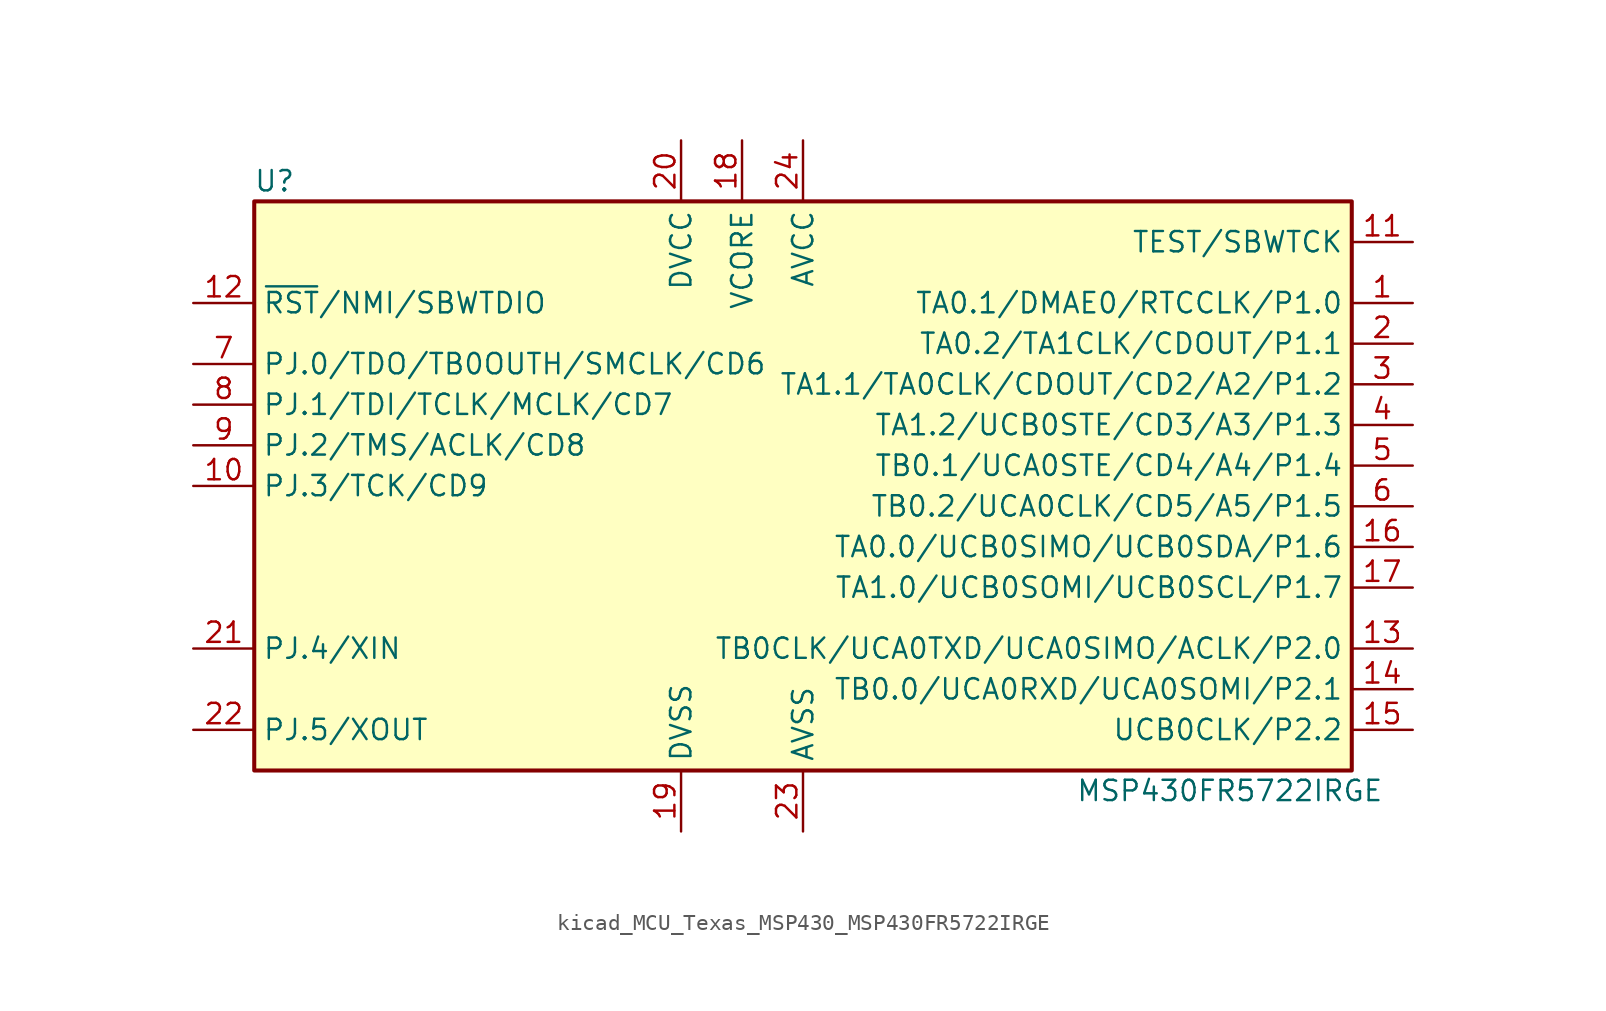
<source format=kicad_sym>
(kicad_symbol_lib
  (version 20220914)
  (generator kicad_symbol_editor)
  (symbol "kicad_MCU_Texas_MSP430_MSP430FR5722IRGE"
    (property "Reference" "U"
      (at -33.02 19.05 0)
      (effects (font (size 1.27 1.27))))
    (property "Value" "MSP430FR5722IRGE"
      (at 26.67 -19.05 0)
      (effects (font (size 1.27 1.27))))
    (symbol "kicad_MCU_Texas_MSP430_MSP430FR5722IRGE_0_1"
      (rectangle (start -34.29 17.78) (end 34.29 -17.78) (stroke (width 0.254) (type default)) (fill (type background))))
    (symbol "kicad_MCU_Texas_MSP430_MSP430FR5722IRGE_1_1"
      (pin bidirectional line (at 38.1 11.43 180) (length 3.81) (name "TA0.1/DMAE0/RTCCLK/P1.0" (effects (font (size 1.27 1.27)))) (number "1" (effects (font (size 1.27 1.27)))))
      (pin bidirectional line (at -38.1 0 0) (length 3.81) (name "PJ.3/TCK/CD9" (effects (font (size 1.27 1.27)))) (number "10" (effects (font (size 1.27 1.27)))))
      (pin input line (at 38.1 15.24 180) (length 3.81) (name "TEST/SBWTCK" (effects (font (size 1.27 1.27)))) (number "11" (effects (font (size 1.27 1.27)))))
      (pin input line (at -38.1 11.43 0) (length 3.81) (name "~{RST}/NMI/SBWTDIO" (effects (font (size 1.27 1.27)))) (number "12" (effects (font (size 1.27 1.27)))))
      (pin input line (at 38.1 -10.16 180) (length 3.81) (name "TB0CLK/UCA0TXD/UCA0SIMO/ACLK/P2.0" (effects (font (size 1.27 1.27)))) (number "13" (effects (font (size 1.27 1.27)))))
      (pin input line (at 38.1 -12.7 180) (length 3.81) (name "TB0.0/UCA0RXD/UCA0SOMI/P2.1" (effects (font (size 1.27 1.27)))) (number "14" (effects (font (size 1.27 1.27)))))
      (pin input line (at 38.1 -15.24 180) (length 3.81) (name "UCB0CLK/P2.2" (effects (font (size 1.27 1.27)))) (number "15" (effects (font (size 1.27 1.27)))))
      (pin input line (at 38.1 -3.81 180) (length 3.81) (name "TA0.0/UCB0SIMO/UCB0SDA/P1.6" (effects (font (size 1.27 1.27)))) (number "16" (effects (font (size 1.27 1.27)))))
      (pin input line (at 38.1 -6.35 180) (length 3.81) (name "TA1.0/UCB0SOMI/UCB0SCL/P1.7" (effects (font (size 1.27 1.27)))) (number "17" (effects (font (size 1.27 1.27)))))
      (pin input line (at -3.81 21.59 270) (length 3.81) (name "VCORE" (effects (font (size 1.27 1.27)))) (number "18" (effects (font (size 1.27 1.27)))))
      (pin power_in line (at -7.62 -21.59 90) (length 3.81) (name "DVSS" (effects (font (size 1.27 1.27)))) (number "19" (effects (font (size 1.27 1.27)))))
      (pin bidirectional line (at 38.1 8.89 180) (length 3.81) (name "TA0.2/TA1CLK/CDOUT/P1.1" (effects (font (size 1.27 1.27)))) (number "2" (effects (font (size 1.27 1.27)))))
      (pin power_in line (at -7.62 21.59 270) (length 3.81) (name "DVCC" (effects (font (size 1.27 1.27)))) (number "20" (effects (font (size 1.27 1.27)))))
      (pin input line (at -38.1 -10.16 0) (length 3.81) (name "PJ.4/XIN" (effects (font (size 1.27 1.27)))) (number "21" (effects (font (size 1.27 1.27)))))
      (pin input line (at -38.1 -15.24 0) (length 3.81) (name "PJ.5/XOUT" (effects (font (size 1.27 1.27)))) (number "22" (effects (font (size 1.27 1.27)))))
      (pin power_in line (at 0 -21.59 90) (length 3.81) (name "AVSS" (effects (font (size 1.27 1.27)))) (number "23" (effects (font (size 1.27 1.27)))))
      (pin power_in line (at 0 21.59 270) (length 3.81) (name "AVCC" (effects (font (size 1.27 1.27)))) (number "24" (effects (font (size 1.27 1.27)))))
      (pin bidirectional line (at 38.1 6.35 180) (length 3.81) (name "TA1.1/TA0CLK/CDOUT/CD2/A2/P1.2" (effects (font (size 1.27 1.27)))) (number "3" (effects (font (size 1.27 1.27)))))
      (pin bidirectional line (at 38.1 3.81 180) (length 3.81) (name "TA1.2/UCB0STE/CD3/A3/P1.3" (effects (font (size 1.27 1.27)))) (number "4" (effects (font (size 1.27 1.27)))))
      (pin bidirectional line (at 38.1 1.27 180) (length 3.81) (name "TB0.1/UCA0STE/CD4/A4/P1.4" (effects (font (size 1.27 1.27)))) (number "5" (effects (font (size 1.27 1.27)))))
      (pin bidirectional line (at 38.1 -1.27 180) (length 3.81) (name "TB0.2/UCA0CLK/CD5/A5/P1.5" (effects (font (size 1.27 1.27)))) (number "6" (effects (font (size 1.27 1.27)))))
      (pin bidirectional line (at -38.1 7.62 0) (length 3.81) (name "PJ.0/TDO/TB0OUTH/SMCLK/CD6" (effects (font (size 1.27 1.27)))) (number "7" (effects (font (size 1.27 1.27)))))
      (pin bidirectional line (at -38.1 5.08 0) (length 3.81) (name "PJ.1/TDI/TCLK/MCLK/CD7" (effects (font (size 1.27 1.27)))) (number "8" (effects (font (size 1.27 1.27)))))
      (pin bidirectional line (at -38.1 2.54 0) (length 3.81) (name "PJ.2/TMS/ACLK/CD8" (effects (font (size 1.27 1.27)))) (number "9" (effects (font (size 1.27 1.27))))))))
</source>
